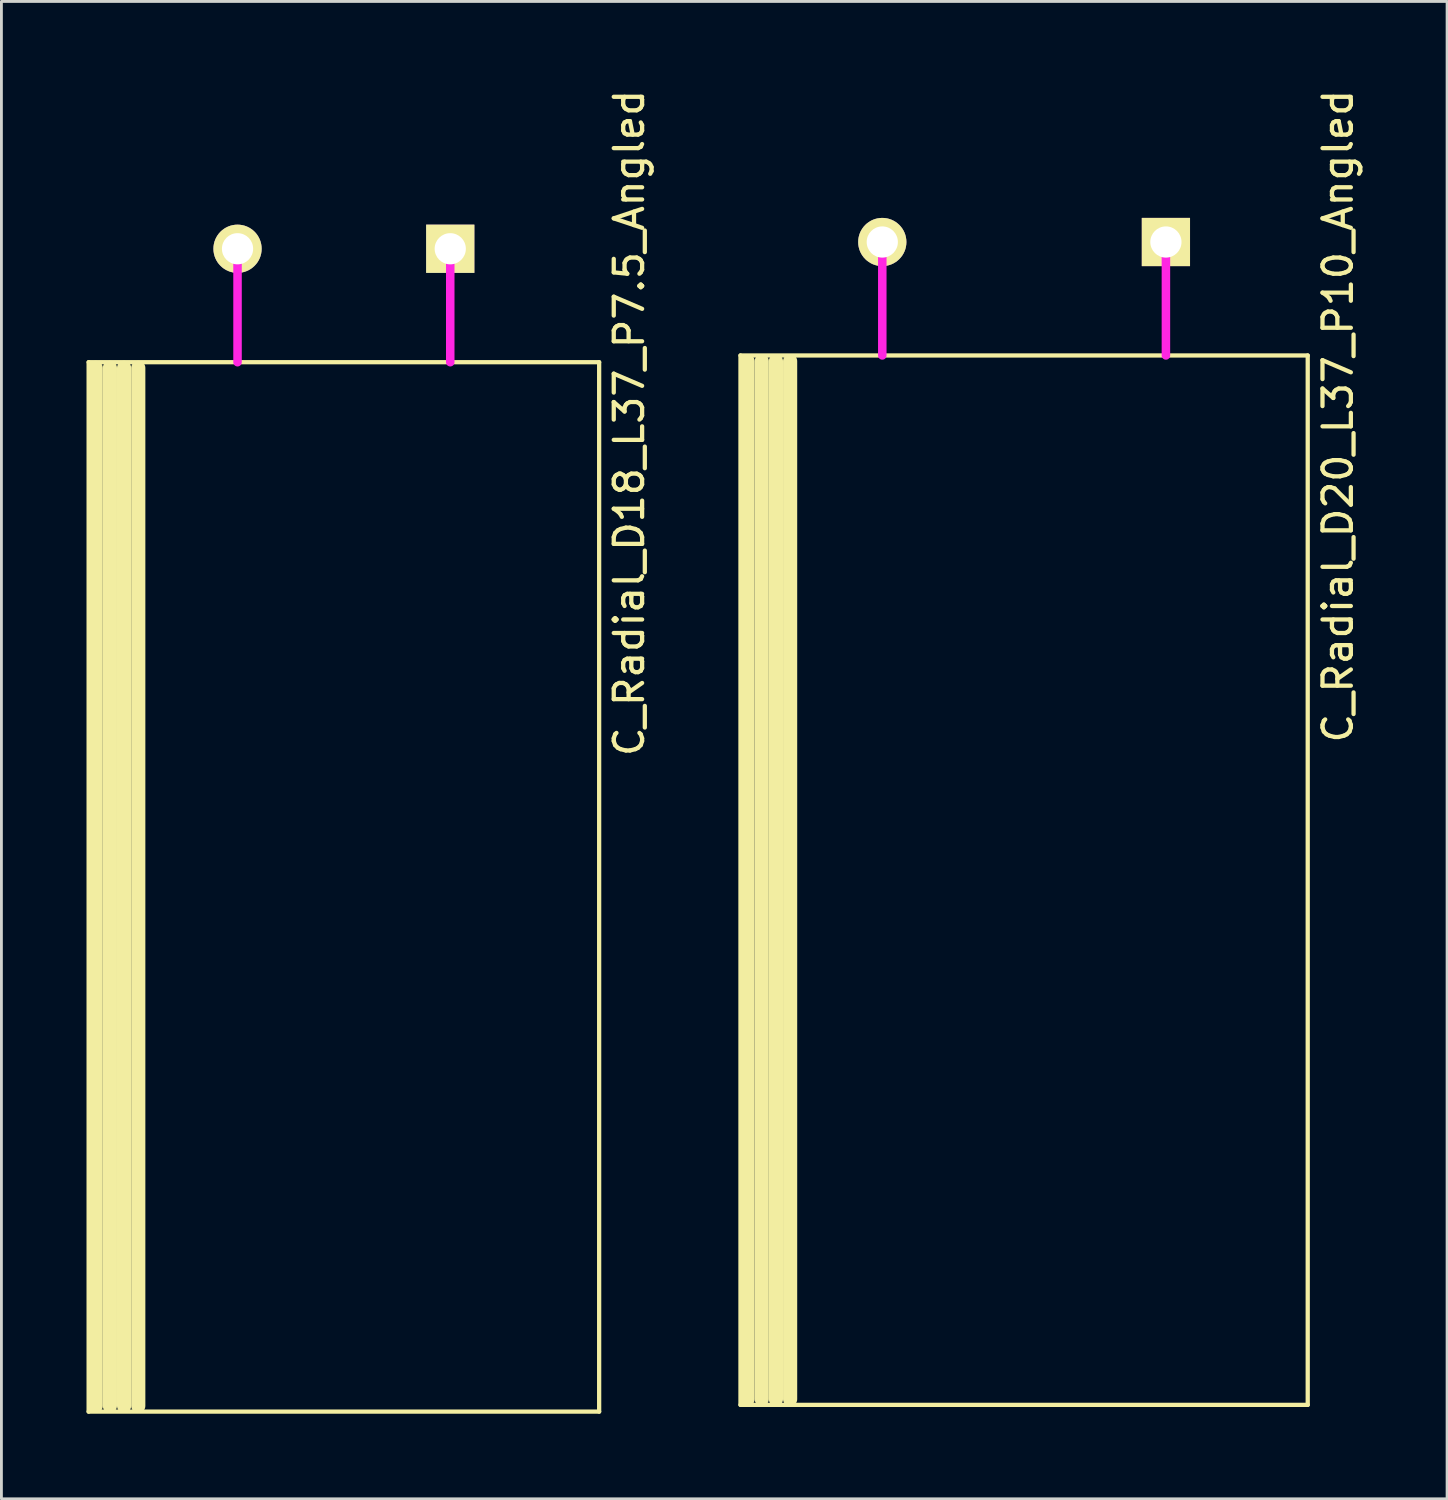
<source format=kicad_pcb>
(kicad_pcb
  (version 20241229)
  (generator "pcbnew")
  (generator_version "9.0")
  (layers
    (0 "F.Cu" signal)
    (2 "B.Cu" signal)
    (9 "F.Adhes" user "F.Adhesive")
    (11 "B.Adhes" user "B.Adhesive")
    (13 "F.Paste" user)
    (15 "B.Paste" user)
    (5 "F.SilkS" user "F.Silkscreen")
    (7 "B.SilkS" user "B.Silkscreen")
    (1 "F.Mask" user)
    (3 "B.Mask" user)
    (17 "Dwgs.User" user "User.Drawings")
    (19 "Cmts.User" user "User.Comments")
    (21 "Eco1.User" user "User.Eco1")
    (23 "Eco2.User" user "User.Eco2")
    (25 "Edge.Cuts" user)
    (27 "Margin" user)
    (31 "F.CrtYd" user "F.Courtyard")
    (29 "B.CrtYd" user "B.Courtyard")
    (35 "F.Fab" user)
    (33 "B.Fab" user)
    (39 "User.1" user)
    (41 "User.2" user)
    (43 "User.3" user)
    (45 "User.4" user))
  (footprint "C_Radial_D18_L37_P7.5_Angled"
    (layer "F.Cu")
    (at 5.325 5.721)
    (property "Reference" "C_Radial_D18_L37_P7.5_Angled" (at 13.81 6.142 90) (layer "F.SilkS") (effects (font (size 1 1) (thickness 0.15))))
    (attr through_hole)
    (fp_line (start -5.25 4) (end -5.25 41) (stroke (width 0.15) (type solid)) (layer "F.SilkS"))
    (fp_line (start -5.25 4) (end 12.75 4) (stroke (width 0.15) (type solid)) (layer "F.SilkS"))
    (fp_line (start -5.25 41) (end 12.75 41) (stroke (width 0.15) (type solid)) (layer "F.SilkS"))
    (fp_line (start -5 4.2) (end -5 40.8) (stroke (width 0.5) (type solid)) (layer "F.SilkS"))
    (fp_line (start -4.5 4.2) (end -4.5 40.8) (stroke (width 0.5) (type solid)) (layer "F.SilkS"))
    (fp_line (start -4 4.2) (end -4 40.8) (stroke (width 0.5) (type solid)) (layer "F.SilkS"))
    (fp_line (start -3.5 4.2) (end -3.5 40.8) (stroke (width 0.5) (type solid)) (layer "F.SilkS"))
    (fp_line (start 12.75 4) (end 12.75 41) (stroke (width 0.15) (type solid)) (layer "F.SilkS"))
    (fp_line (start 0 0) (end 0 4) (stroke (width 0.3) (type solid)) (layer "F.CrtYd"))
    (fp_line (start 7.5 0) (end 7.5 4) (stroke (width 0.3) (type solid)) (layer "F.CrtYd"))
    (pad "1" thru_hole rect (at 7.5 0) (size 1.7 1.7) (drill 1.1) (layers "*.Cu" "*.Mask" "F.SilkS"))
    (pad "2" thru_hole circle (at 0 0) (size 1.7 1.7) (drill 1.1) (layers "*.Cu" "*.Mask" "F.SilkS")))
  (footprint "C_Radial_D20_L37_P10_Angled"
    (layer "F.Cu")
    (at 28.058 5.483)
    (property "Reference" "C_Radial_D20_L37_P10_Angled" (at 16.066 6.142 90) (layer "F.SilkS") (effects (font (size 1 1) (thickness 0.15))))
    (attr through_hole)
    (fp_line (start -5 4) (end -5 41) (stroke (width 0.15) (type solid)) (layer "F.SilkS"))
    (fp_line (start -5 4) (end 15 4) (stroke (width 0.15) (type solid)) (layer "F.SilkS"))
    (fp_line (start -5 41) (end 15 41) (stroke (width 0.15) (type solid)) (layer "F.SilkS"))
    (fp_line (start -4.75 4.2) (end -4.75 40.8) (stroke (width 0.5) (type solid)) (layer "F.SilkS"))
    (fp_line (start -4.25 4.2) (end -4.25 40.8) (stroke (width 0.5) (type solid)) (layer "F.SilkS"))
    (fp_line (start -3.75 4.2) (end -3.75 40.8) (stroke (width 0.5) (type solid)) (layer "F.SilkS"))
    (fp_line (start -3.25 4.2) (end -3.25 40.8) (stroke (width 0.5) (type solid)) (layer "F.SilkS"))
    (fp_line (start 15 4) (end 15 41) (stroke (width 0.15) (type solid)) (layer "F.SilkS"))
    (fp_line (start 0 0) (end 0 4) (stroke (width 0.3) (type solid)) (layer "F.CrtYd"))
    (fp_line (start 10 0) (end 10 4) (stroke (width 0.3) (type solid)) (layer "F.CrtYd"))
    (pad "1" thru_hole rect (at 10 0) (size 1.7 1.7) (drill 1.1) (layers "*.Cu" "*.Mask" "F.SilkS"))
    (pad "2" thru_hole circle (at 0 0) (size 1.7 1.7) (drill 1.1) (layers "*.Cu" "*.Mask" "F.SilkS")))
  (gr_rect
    (start -3 -3)
    (end 47.972 49.796)
    (stroke (width 0.1) (type default))
    (fill no)
    (layer "Edge.Cuts")))
</source>
